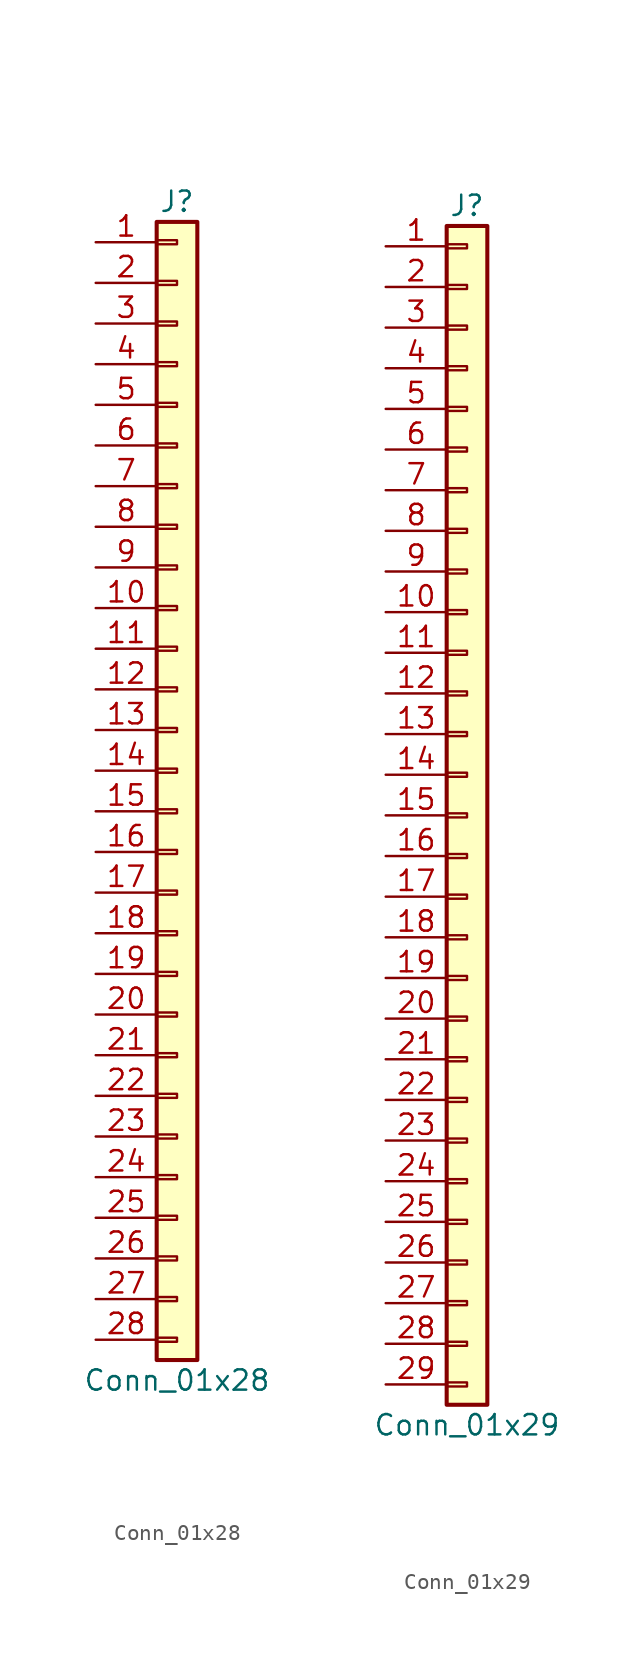
<source format=kicad_sym>
(kicad_symbol_lib
  (version 20201005)
  (generator kicad_symbol_editor)
  (symbol "Conn_01x28"
    (pin_names
      (offset 1.016) hide)
    (property "Reference" "J"
      (at 0 35.56 0)
      (effects (font (size 1.27 1.27))))
    (property "Value" "Conn_01x28"
      (at 0 -38.1 0)
      (effects (font (size 1.27 1.27))))
    (symbol "Conn_01x28_1_1"
      (rectangle (start -1.27 -35.433) (end 0 -35.687) (stroke (width 0.152)) (fill (type none)))
      (rectangle (start -1.27 -32.893) (end 0 -33.147) (stroke (width 0.152)) (fill (type none)))
      (rectangle (start -1.27 -30.353) (end 0 -30.607) (stroke (width 0.152)) (fill (type none)))
      (rectangle (start -1.27 -27.813) (end 0 -28.067) (stroke (width 0.152)) (fill (type none)))
      (rectangle (start -1.27 -25.273) (end 0 -25.527) (stroke (width 0.152)) (fill (type none)))
      (rectangle (start -1.27 -22.733) (end 0 -22.987) (stroke (width 0.152)) (fill (type none)))
      (rectangle (start -1.27 -20.193) (end 0 -20.447) (stroke (width 0.152)) (fill (type none)))
      (rectangle (start -1.27 -17.653) (end 0 -17.907) (stroke (width 0.152)) (fill (type none)))
      (rectangle (start -1.27 -15.113) (end 0 -15.367) (stroke (width 0.152)) (fill (type none)))
      (rectangle (start -1.27 -12.573) (end 0 -12.827) (stroke (width 0.152)) (fill (type none)))
      (rectangle (start -1.27 -10.033) (end 0 -10.287) (stroke (width 0.152)) (fill (type none)))
      (rectangle (start -1.27 -7.493) (end 0 -7.747) (stroke (width 0.152)) (fill (type none)))
      (rectangle (start -1.27 -4.953) (end 0 -5.207) (stroke (width 0.152)) (fill (type none)))
      (rectangle (start -1.27 -2.413) (end 0 -2.667) (stroke (width 0.152)) (fill (type none)))
      (rectangle (start -1.27 0.127) (end 0 -0.127) (stroke (width 0.152)) (fill (type none)))
      (rectangle (start -1.27 2.667) (end 0 2.413) (stroke (width 0.152)) (fill (type none)))
      (rectangle (start -1.27 5.207) (end 0 4.953) (stroke (width 0.152)) (fill (type none)))
      (rectangle (start -1.27 7.747) (end 0 7.493) (stroke (width 0.152)) (fill (type none)))
      (rectangle (start -1.27 10.287) (end 0 10.033) (stroke (width 0.152)) (fill (type none)))
      (rectangle (start -1.27 12.827) (end 0 12.573) (stroke (width 0.152)) (fill (type none)))
      (rectangle (start -1.27 15.367) (end 0 15.113) (stroke (width 0.152)) (fill (type none)))
      (rectangle (start -1.27 17.907) (end 0 17.653) (stroke (width 0.152)) (fill (type none)))
      (rectangle (start -1.27 20.447) (end 0 20.193) (stroke (width 0.152)) (fill (type none)))
      (rectangle (start -1.27 22.987) (end 0 22.733) (stroke (width 0.152)) (fill (type none)))
      (rectangle (start -1.27 25.527) (end 0 25.273) (stroke (width 0.152)) (fill (type none)))
      (rectangle (start -1.27 28.067) (end 0 27.813) (stroke (width 0.152)) (fill (type none)))
      (rectangle (start -1.27 30.607) (end 0 30.353) (stroke (width 0.152)) (fill (type none)))
      (rectangle (start -1.27 33.147) (end 0 32.893) (stroke (width 0.152)) (fill (type none)))
      (rectangle (start -1.27 34.29) (end 1.27 -36.83) (stroke (width 0.254)) (fill (type background)))
      (pin passive line (at -5.08 33.02 0) (length 3.81) (name "Pin_1" (effects (font (size 1.27 1.27)))) (number "1" (effects (font (size 1.27 1.27)))))
      (pin passive line (at -5.08 10.16 0) (length 3.81) (name "Pin_10" (effects (font (size 1.27 1.27)))) (number "10" (effects (font (size 1.27 1.27)))))
      (pin passive line (at -5.08 7.62 0) (length 3.81) (name "Pin_11" (effects (font (size 1.27 1.27)))) (number "11" (effects (font (size 1.27 1.27)))))
      (pin passive line (at -5.08 5.08 0) (length 3.81) (name "Pin_12" (effects (font (size 1.27 1.27)))) (number "12" (effects (font (size 1.27 1.27)))))
      (pin passive line (at -5.08 2.54 0) (length 3.81) (name "Pin_13" (effects (font (size 1.27 1.27)))) (number "13" (effects (font (size 1.27 1.27)))))
      (pin passive line (at -5.08 0 0) (length 3.81) (name "Pin_14" (effects (font (size 1.27 1.27)))) (number "14" (effects (font (size 1.27 1.27)))))
      (pin passive line (at -5.08 -2.54 0) (length 3.81) (name "Pin_15" (effects (font (size 1.27 1.27)))) (number "15" (effects (font (size 1.27 1.27)))))
      (pin passive line (at -5.08 -5.08 0) (length 3.81) (name "Pin_16" (effects (font (size 1.27 1.27)))) (number "16" (effects (font (size 1.27 1.27)))))
      (pin passive line (at -5.08 -7.62 0) (length 3.81) (name "Pin_17" (effects (font (size 1.27 1.27)))) (number "17" (effects (font (size 1.27 1.27)))))
      (pin passive line (at -5.08 -10.16 0) (length 3.81) (name "Pin_18" (effects (font (size 1.27 1.27)))) (number "18" (effects (font (size 1.27 1.27)))))
      (pin passive line (at -5.08 -12.7 0) (length 3.81) (name "Pin_19" (effects (font (size 1.27 1.27)))) (number "19" (effects (font (size 1.27 1.27)))))
      (pin passive line (at -5.08 30.48 0) (length 3.81) (name "Pin_2" (effects (font (size 1.27 1.27)))) (number "2" (effects (font (size 1.27 1.27)))))
      (pin passive line (at -5.08 -15.24 0) (length 3.81) (name "Pin_20" (effects (font (size 1.27 1.27)))) (number "20" (effects (font (size 1.27 1.27)))))
      (pin passive line (at -5.08 -17.78 0) (length 3.81) (name "Pin_21" (effects (font (size 1.27 1.27)))) (number "21" (effects (font (size 1.27 1.27)))))
      (pin passive line (at -5.08 -20.32 0) (length 3.81) (name "Pin_22" (effects (font (size 1.27 1.27)))) (number "22" (effects (font (size 1.27 1.27)))))
      (pin passive line (at -5.08 -22.86 0) (length 3.81) (name "Pin_23" (effects (font (size 1.27 1.27)))) (number "23" (effects (font (size 1.27 1.27)))))
      (pin passive line (at -5.08 -25.4 0) (length 3.81) (name "Pin_24" (effects (font (size 1.27 1.27)))) (number "24" (effects (font (size 1.27 1.27)))))
      (pin passive line (at -5.08 -27.94 0) (length 3.81) (name "Pin_25" (effects (font (size 1.27 1.27)))) (number "25" (effects (font (size 1.27 1.27)))))
      (pin passive line (at -5.08 -30.48 0) (length 3.81) (name "Pin_26" (effects (font (size 1.27 1.27)))) (number "26" (effects (font (size 1.27 1.27)))))
      (pin passive line (at -5.08 -33.02 0) (length 3.81) (name "Pin_27" (effects (font (size 1.27 1.27)))) (number "27" (effects (font (size 1.27 1.27)))))
      (pin passive line (at -5.08 -35.56 0) (length 3.81) (name "Pin_28" (effects (font (size 1.27 1.27)))) (number "28" (effects (font (size 1.27 1.27)))))
      (pin passive line (at -5.08 27.94 0) (length 3.81) (name "Pin_3" (effects (font (size 1.27 1.27)))) (number "3" (effects (font (size 1.27 1.27)))))
      (pin passive line (at -5.08 25.4 0) (length 3.81) (name "Pin_4" (effects (font (size 1.27 1.27)))) (number "4" (effects (font (size 1.27 1.27)))))
      (pin passive line (at -5.08 22.86 0) (length 3.81) (name "Pin_5" (effects (font (size 1.27 1.27)))) (number "5" (effects (font (size 1.27 1.27)))))
      (pin passive line (at -5.08 20.32 0) (length 3.81) (name "Pin_6" (effects (font (size 1.27 1.27)))) (number "6" (effects (font (size 1.27 1.27)))))
      (pin passive line (at -5.08 17.78 0) (length 3.81) (name "Pin_7" (effects (font (size 1.27 1.27)))) (number "7" (effects (font (size 1.27 1.27)))))
      (pin passive line (at -5.08 15.24 0) (length 3.81) (name "Pin_8" (effects (font (size 1.27 1.27)))) (number "8" (effects (font (size 1.27 1.27)))))
      (pin passive line (at -5.08 12.7 0) (length 3.81) (name "Pin_9" (effects (font (size 1.27 1.27)))) (number "9" (effects (font (size 1.27 1.27)))))))
  (symbol "Conn_01x29"
    (pin_names
      (offset 1.016) hide)
    (property "Reference" "J"
      (at 0 38.1 0)
      (effects (font (size 1.27 1.27))))
    (property "Value" "Conn_01x29"
      (at 0 -38.1 0)
      (effects (font (size 1.27 1.27))))
    (symbol "Conn_01x29_1_1"
      (rectangle (start -1.27 -35.433) (end 0 -35.687) (stroke (width 0.152)) (fill (type none)))
      (rectangle (start -1.27 -32.893) (end 0 -33.147) (stroke (width 0.152)) (fill (type none)))
      (rectangle (start -1.27 -30.353) (end 0 -30.607) (stroke (width 0.152)) (fill (type none)))
      (rectangle (start -1.27 -27.813) (end 0 -28.067) (stroke (width 0.152)) (fill (type none)))
      (rectangle (start -1.27 -25.273) (end 0 -25.527) (stroke (width 0.152)) (fill (type none)))
      (rectangle (start -1.27 -22.733) (end 0 -22.987) (stroke (width 0.152)) (fill (type none)))
      (rectangle (start -1.27 -20.193) (end 0 -20.447) (stroke (width 0.152)) (fill (type none)))
      (rectangle (start -1.27 -17.653) (end 0 -17.907) (stroke (width 0.152)) (fill (type none)))
      (rectangle (start -1.27 -15.113) (end 0 -15.367) (stroke (width 0.152)) (fill (type none)))
      (rectangle (start -1.27 -12.573) (end 0 -12.827) (stroke (width 0.152)) (fill (type none)))
      (rectangle (start -1.27 -10.033) (end 0 -10.287) (stroke (width 0.152)) (fill (type none)))
      (rectangle (start -1.27 -7.493) (end 0 -7.747) (stroke (width 0.152)) (fill (type none)))
      (rectangle (start -1.27 -4.953) (end 0 -5.207) (stroke (width 0.152)) (fill (type none)))
      (rectangle (start -1.27 -2.413) (end 0 -2.667) (stroke (width 0.152)) (fill (type none)))
      (rectangle (start -1.27 0.127) (end 0 -0.127) (stroke (width 0.152)) (fill (type none)))
      (rectangle (start -1.27 2.667) (end 0 2.413) (stroke (width 0.152)) (fill (type none)))
      (rectangle (start -1.27 5.207) (end 0 4.953) (stroke (width 0.152)) (fill (type none)))
      (rectangle (start -1.27 7.747) (end 0 7.493) (stroke (width 0.152)) (fill (type none)))
      (rectangle (start -1.27 10.287) (end 0 10.033) (stroke (width 0.152)) (fill (type none)))
      (rectangle (start -1.27 12.827) (end 0 12.573) (stroke (width 0.152)) (fill (type none)))
      (rectangle (start -1.27 15.367) (end 0 15.113) (stroke (width 0.152)) (fill (type none)))
      (rectangle (start -1.27 17.907) (end 0 17.653) (stroke (width 0.152)) (fill (type none)))
      (rectangle (start -1.27 20.447) (end 0 20.193) (stroke (width 0.152)) (fill (type none)))
      (rectangle (start -1.27 22.987) (end 0 22.733) (stroke (width 0.152)) (fill (type none)))
      (rectangle (start -1.27 25.527) (end 0 25.273) (stroke (width 0.152)) (fill (type none)))
      (rectangle (start -1.27 28.067) (end 0 27.813) (stroke (width 0.152)) (fill (type none)))
      (rectangle (start -1.27 30.607) (end 0 30.353) (stroke (width 0.152)) (fill (type none)))
      (rectangle (start -1.27 33.147) (end 0 32.893) (stroke (width 0.152)) (fill (type none)))
      (rectangle (start -1.27 35.687) (end 0 35.433) (stroke (width 0.152)) (fill (type none)))
      (rectangle (start -1.27 36.83) (end 1.27 -36.83) (stroke (width 0.254)) (fill (type background)))
      (pin passive line (at -5.08 35.56 0) (length 3.81) (name "Pin_1" (effects (font (size 1.27 1.27)))) (number "1" (effects (font (size 1.27 1.27)))))
      (pin passive line (at -5.08 12.7 0) (length 3.81) (name "Pin_10" (effects (font (size 1.27 1.27)))) (number "10" (effects (font (size 1.27 1.27)))))
      (pin passive line (at -5.08 10.16 0) (length 3.81) (name "Pin_11" (effects (font (size 1.27 1.27)))) (number "11" (effects (font (size 1.27 1.27)))))
      (pin passive line (at -5.08 7.62 0) (length 3.81) (name "Pin_12" (effects (font (size 1.27 1.27)))) (number "12" (effects (font (size 1.27 1.27)))))
      (pin passive line (at -5.08 5.08 0) (length 3.81) (name "Pin_13" (effects (font (size 1.27 1.27)))) (number "13" (effects (font (size 1.27 1.27)))))
      (pin passive line (at -5.08 2.54 0) (length 3.81) (name "Pin_14" (effects (font (size 1.27 1.27)))) (number "14" (effects (font (size 1.27 1.27)))))
      (pin passive line (at -5.08 0 0) (length 3.81) (name "Pin_15" (effects (font (size 1.27 1.27)))) (number "15" (effects (font (size 1.27 1.27)))))
      (pin passive line (at -5.08 -2.54 0) (length 3.81) (name "Pin_16" (effects (font (size 1.27 1.27)))) (number "16" (effects (font (size 1.27 1.27)))))
      (pin passive line (at -5.08 -5.08 0) (length 3.81) (name "Pin_17" (effects (font (size 1.27 1.27)))) (number "17" (effects (font (size 1.27 1.27)))))
      (pin passive line (at -5.08 -7.62 0) (length 3.81) (name "Pin_18" (effects (font (size 1.27 1.27)))) (number "18" (effects (font (size 1.27 1.27)))))
      (pin passive line (at -5.08 -10.16 0) (length 3.81) (name "Pin_19" (effects (font (size 1.27 1.27)))) (number "19" (effects (font (size 1.27 1.27)))))
      (pin passive line (at -5.08 33.02 0) (length 3.81) (name "Pin_2" (effects (font (size 1.27 1.27)))) (number "2" (effects (font (size 1.27 1.27)))))
      (pin passive line (at -5.08 -12.7 0) (length 3.81) (name "Pin_20" (effects (font (size 1.27 1.27)))) (number "20" (effects (font (size 1.27 1.27)))))
      (pin passive line (at -5.08 -15.24 0) (length 3.81) (name "Pin_21" (effects (font (size 1.27 1.27)))) (number "21" (effects (font (size 1.27 1.27)))))
      (pin passive line (at -5.08 -17.78 0) (length 3.81) (name "Pin_22" (effects (font (size 1.27 1.27)))) (number "22" (effects (font (size 1.27 1.27)))))
      (pin passive line (at -5.08 -20.32 0) (length 3.81) (name "Pin_23" (effects (font (size 1.27 1.27)))) (number "23" (effects (font (size 1.27 1.27)))))
      (pin passive line (at -5.08 -22.86 0) (length 3.81) (name "Pin_24" (effects (font (size 1.27 1.27)))) (number "24" (effects (font (size 1.27 1.27)))))
      (pin passive line (at -5.08 -25.4 0) (length 3.81) (name "Pin_25" (effects (font (size 1.27 1.27)))) (number "25" (effects (font (size 1.27 1.27)))))
      (pin passive line (at -5.08 -27.94 0) (length 3.81) (name "Pin_26" (effects (font (size 1.27 1.27)))) (number "26" (effects (font (size 1.27 1.27)))))
      (pin passive line (at -5.08 -30.48 0) (length 3.81) (name "Pin_27" (effects (font (size 1.27 1.27)))) (number "27" (effects (font (size 1.27 1.27)))))
      (pin passive line (at -5.08 -33.02 0) (length 3.81) (name "Pin_28" (effects (font (size 1.27 1.27)))) (number "28" (effects (font (size 1.27 1.27)))))
      (pin passive line (at -5.08 -35.56 0) (length 3.81) (name "Pin_29" (effects (font (size 1.27 1.27)))) (number "29" (effects (font (size 1.27 1.27)))))
      (pin passive line (at -5.08 30.48 0) (length 3.81) (name "Pin_3" (effects (font (size 1.27 1.27)))) (number "3" (effects (font (size 1.27 1.27)))))
      (pin passive line (at -5.08 27.94 0) (length 3.81) (name "Pin_4" (effects (font (size 1.27 1.27)))) (number "4" (effects (font (size 1.27 1.27)))))
      (pin passive line (at -5.08 25.4 0) (length 3.81) (name "Pin_5" (effects (font (size 1.27 1.27)))) (number "5" (effects (font (size 1.27 1.27)))))
      (pin passive line (at -5.08 22.86 0) (length 3.81) (name "Pin_6" (effects (font (size 1.27 1.27)))) (number "6" (effects (font (size 1.27 1.27)))))
      (pin passive line (at -5.08 20.32 0) (length 3.81) (name "Pin_7" (effects (font (size 1.27 1.27)))) (number "7" (effects (font (size 1.27 1.27)))))
      (pin passive line (at -5.08 17.78 0) (length 3.81) (name "Pin_8" (effects (font (size 1.27 1.27)))) (number "8" (effects (font (size 1.27 1.27)))))
      (pin passive line (at -5.08 15.24 0) (length 3.81) (name "Pin_9" (effects (font (size 1.27 1.27)))) (number "9" (effects (font (size 1.27 1.27))))))))
</source>
